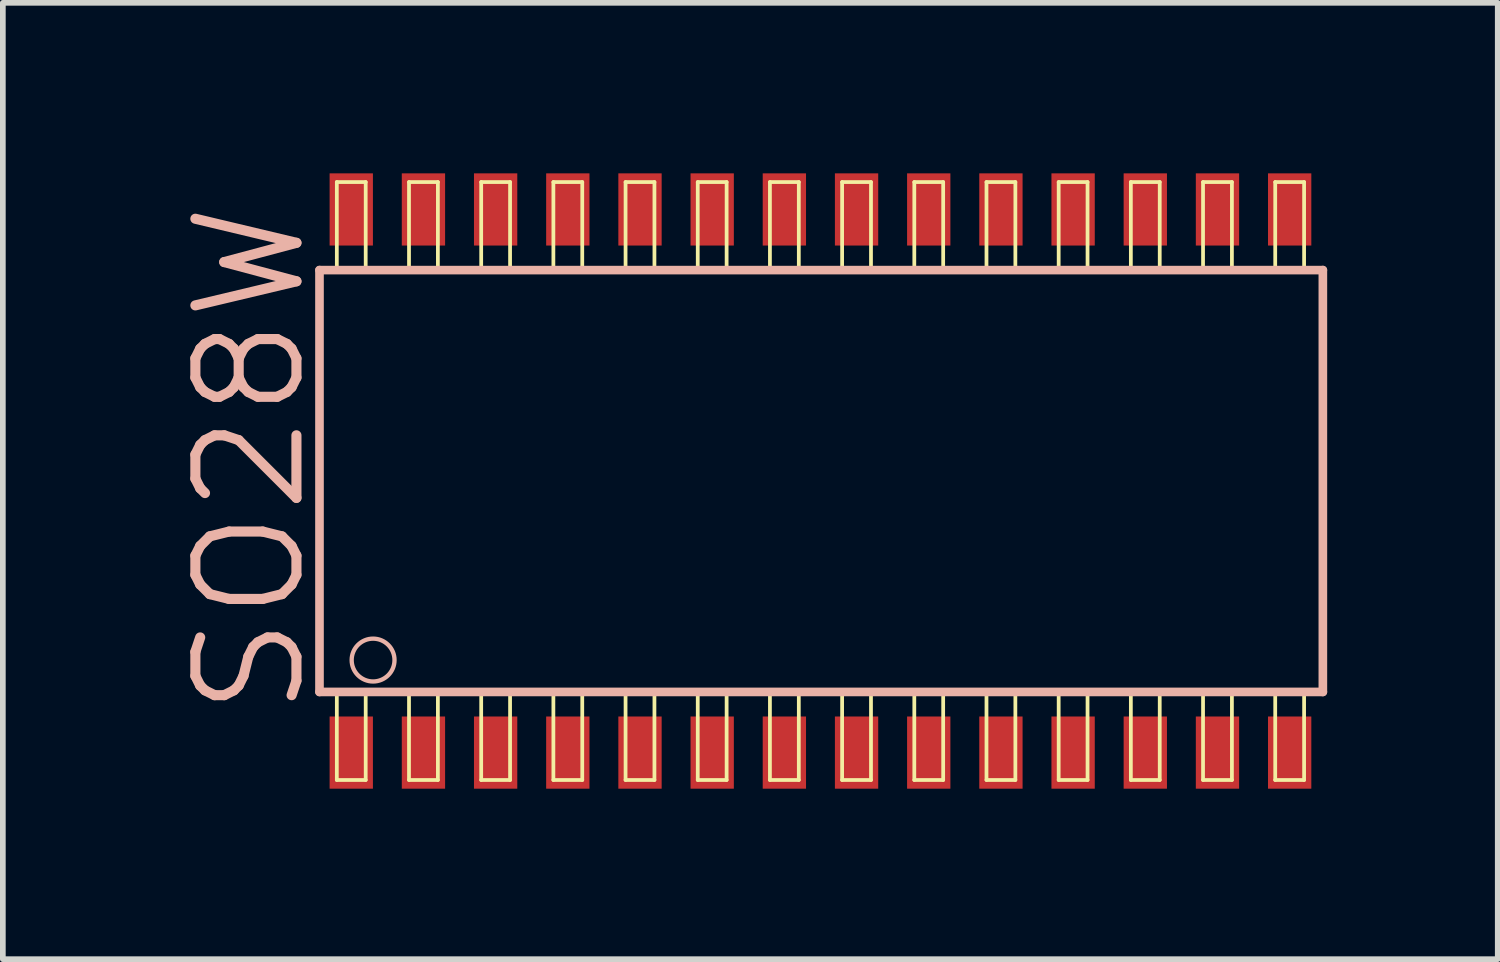
<source format=kicad_pcb>
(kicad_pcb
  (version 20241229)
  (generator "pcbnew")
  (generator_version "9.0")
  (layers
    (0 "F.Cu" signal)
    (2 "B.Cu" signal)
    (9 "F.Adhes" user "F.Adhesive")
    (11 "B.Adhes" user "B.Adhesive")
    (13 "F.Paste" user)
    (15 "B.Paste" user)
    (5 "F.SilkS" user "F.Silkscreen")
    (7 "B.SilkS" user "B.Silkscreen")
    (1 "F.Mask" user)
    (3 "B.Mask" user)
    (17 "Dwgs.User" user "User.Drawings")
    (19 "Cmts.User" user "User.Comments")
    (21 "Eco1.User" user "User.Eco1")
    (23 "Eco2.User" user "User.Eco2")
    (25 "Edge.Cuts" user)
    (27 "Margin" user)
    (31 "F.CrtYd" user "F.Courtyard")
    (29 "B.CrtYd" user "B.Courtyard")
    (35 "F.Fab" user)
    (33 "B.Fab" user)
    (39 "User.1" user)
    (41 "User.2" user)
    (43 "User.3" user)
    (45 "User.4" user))
  (footprint "SO28W"
    (layer "F.Cu")
    (at 10.75 5.413)
    (property "Reference" "SO28W" (at -9.398 -0.381 90) (layer "B.SilkS") (effects (font (size 1.778 1.778) (thickness 0.178))))
    (attr smd)
    (fp_line (start -7.874 -5.26) (end -7.366 -5.26) (stroke (width 0.066) (type solid)) (layer "F.SilkS"))
    (fp_line (start -7.874 -3.736) (end -7.874 -5.26) (stroke (width 0.066) (type solid)) (layer "F.SilkS"))
    (fp_line (start -7.874 -3.736) (end -7.366 -3.736) (stroke (width 0.066) (type solid)) (layer "F.SilkS"))
    (fp_line (start -7.874 3.736) (end -7.366 3.736) (stroke (width 0.066) (type solid)) (layer "F.SilkS"))
    (fp_line (start -7.874 5.26) (end -7.874 3.736) (stroke (width 0.066) (type solid)) (layer "F.SilkS"))
    (fp_line (start -7.874 5.26) (end -7.366 5.26) (stroke (width 0.066) (type solid)) (layer "F.SilkS"))
    (fp_line (start -7.366 -3.736) (end -7.366 -5.26) (stroke (width 0.066) (type solid)) (layer "F.SilkS"))
    (fp_line (start -7.366 5.26) (end -7.366 3.736) (stroke (width 0.066) (type solid)) (layer "F.SilkS"))
    (fp_line (start -6.604 -5.26) (end -6.096 -5.26) (stroke (width 0.066) (type solid)) (layer "F.SilkS"))
    (fp_line (start -6.604 -3.736) (end -6.604 -5.26) (stroke (width 0.066) (type solid)) (layer "F.SilkS"))
    (fp_line (start -6.604 -3.736) (end -6.096 -3.736) (stroke (width 0.066) (type solid)) (layer "F.SilkS"))
    (fp_line (start -6.604 3.736) (end -6.096 3.736) (stroke (width 0.066) (type solid)) (layer "F.SilkS"))
    (fp_line (start -6.604 5.26) (end -6.604 3.736) (stroke (width 0.066) (type solid)) (layer "F.SilkS"))
    (fp_line (start -6.604 5.26) (end -6.096 5.26) (stroke (width 0.066) (type solid)) (layer "F.SilkS"))
    (fp_line (start -6.096 -3.736) (end -6.096 -5.26) (stroke (width 0.066) (type solid)) (layer "F.SilkS"))
    (fp_line (start -6.096 5.26) (end -6.096 3.736) (stroke (width 0.066) (type solid)) (layer "F.SilkS"))
    (fp_line (start -5.334 -5.26) (end -4.826 -5.26) (stroke (width 0.066) (type solid)) (layer "F.SilkS"))
    (fp_line (start -5.334 -3.736) (end -5.334 -5.26) (stroke (width 0.066) (type solid)) (layer "F.SilkS"))
    (fp_line (start -5.334 -3.736) (end -4.826 -3.736) (stroke (width 0.066) (type solid)) (layer "F.SilkS"))
    (fp_line (start -5.334 3.736) (end -4.826 3.736) (stroke (width 0.066) (type solid)) (layer "F.SilkS"))
    (fp_line (start -5.334 5.26) (end -5.334 3.736) (stroke (width 0.066) (type solid)) (layer "F.SilkS"))
    (fp_line (start -5.334 5.26) (end -4.826 5.26) (stroke (width 0.066) (type solid)) (layer "F.SilkS"))
    (fp_line (start -4.826 -3.736) (end -4.826 -5.26) (stroke (width 0.066) (type solid)) (layer "F.SilkS"))
    (fp_line (start -4.826 5.26) (end -4.826 3.736) (stroke (width 0.066) (type solid)) (layer "F.SilkS"))
    (fp_line (start -4.064 -5.26) (end -3.556 -5.26) (stroke (width 0.066) (type solid)) (layer "F.SilkS"))
    (fp_line (start -4.064 -3.736) (end -4.064 -5.26) (stroke (width 0.066) (type solid)) (layer "F.SilkS"))
    (fp_line (start -4.064 -3.736) (end -3.556 -3.736) (stroke (width 0.066) (type solid)) (layer "F.SilkS"))
    (fp_line (start -4.064 3.736) (end -3.556 3.736) (stroke (width 0.066) (type solid)) (layer "F.SilkS"))
    (fp_line (start -4.064 5.26) (end -4.064 3.736) (stroke (width 0.066) (type solid)) (layer "F.SilkS"))
    (fp_line (start -4.064 5.26) (end -3.556 5.26) (stroke (width 0.066) (type solid)) (layer "F.SilkS"))
    (fp_line (start -3.556 -3.736) (end -3.556 -5.26) (stroke (width 0.066) (type solid)) (layer "F.SilkS"))
    (fp_line (start -3.556 5.26) (end -3.556 3.736) (stroke (width 0.066) (type solid)) (layer "F.SilkS"))
    (fp_line (start -2.794 -5.26) (end -2.286 -5.26) (stroke (width 0.066) (type solid)) (layer "F.SilkS"))
    (fp_line (start -2.794 -3.736) (end -2.794 -5.26) (stroke (width 0.066) (type solid)) (layer "F.SilkS"))
    (fp_line (start -2.794 -3.736) (end -2.286 -3.736) (stroke (width 0.066) (type solid)) (layer "F.SilkS"))
    (fp_line (start -2.794 3.736) (end -2.286 3.736) (stroke (width 0.066) (type solid)) (layer "F.SilkS"))
    (fp_line (start -2.794 5.26) (end -2.794 3.736) (stroke (width 0.066) (type solid)) (layer "F.SilkS"))
    (fp_line (start -2.794 5.26) (end -2.286 5.26) (stroke (width 0.066) (type solid)) (layer "F.SilkS"))
    (fp_line (start -2.286 -3.736) (end -2.286 -5.26) (stroke (width 0.066) (type solid)) (layer "F.SilkS"))
    (fp_line (start -2.286 5.26) (end -2.286 3.736) (stroke (width 0.066) (type solid)) (layer "F.SilkS"))
    (fp_line (start -1.524 -5.26) (end -1.016 -5.26) (stroke (width 0.066) (type solid)) (layer "F.SilkS"))
    (fp_line (start -1.524 -3.736) (end -1.524 -5.26) (stroke (width 0.066) (type solid)) (layer "F.SilkS"))
    (fp_line (start -1.524 -3.736) (end -1.016 -3.736) (stroke (width 0.066) (type solid)) (layer "F.SilkS"))
    (fp_line (start -1.524 3.736) (end -1.016 3.736) (stroke (width 0.066) (type solid)) (layer "F.SilkS"))
    (fp_line (start -1.524 5.26) (end -1.524 3.736) (stroke (width 0.066) (type solid)) (layer "F.SilkS"))
    (fp_line (start -1.524 5.26) (end -1.016 5.26) (stroke (width 0.066) (type solid)) (layer "F.SilkS"))
    (fp_line (start -1.016 -3.736) (end -1.016 -5.26) (stroke (width 0.066) (type solid)) (layer "F.SilkS"))
    (fp_line (start -1.016 5.26) (end -1.016 3.736) (stroke (width 0.066) (type solid)) (layer "F.SilkS"))
    (fp_line (start -0.254 -5.26) (end 0.254 -5.26) (stroke (width 0.066) (type solid)) (layer "F.SilkS"))
    (fp_line (start -0.254 -3.736) (end -0.254 -5.26) (stroke (width 0.066) (type solid)) (layer "F.SilkS"))
    (fp_line (start -0.254 -3.736) (end 0.254 -3.736) (stroke (width 0.066) (type solid)) (layer "F.SilkS"))
    (fp_line (start -0.254 3.736) (end 0.254 3.736) (stroke (width 0.066) (type solid)) (layer "F.SilkS"))
    (fp_line (start -0.254 5.26) (end -0.254 3.736) (stroke (width 0.066) (type solid)) (layer "F.SilkS"))
    (fp_line (start -0.254 5.26) (end 0.254 5.26) (stroke (width 0.066) (type solid)) (layer "F.SilkS"))
    (fp_line (start 0.254 -3.736) (end 0.254 -5.26) (stroke (width 0.066) (type solid)) (layer "F.SilkS"))
    (fp_line (start 0.254 5.26) (end 0.254 3.736) (stroke (width 0.066) (type solid)) (layer "F.SilkS"))
    (fp_line (start 1.016 -5.26) (end 1.524 -5.26) (stroke (width 0.066) (type solid)) (layer "F.SilkS"))
    (fp_line (start 1.016 -3.736) (end 1.016 -5.26) (stroke (width 0.066) (type solid)) (layer "F.SilkS"))
    (fp_line (start 1.016 -3.736) (end 1.524 -3.736) (stroke (width 0.066) (type solid)) (layer "F.SilkS"))
    (fp_line (start 1.016 3.736) (end 1.524 3.736) (stroke (width 0.066) (type solid)) (layer "F.SilkS"))
    (fp_line (start 1.016 5.26) (end 1.016 3.736) (stroke (width 0.066) (type solid)) (layer "F.SilkS"))
    (fp_line (start 1.016 5.26) (end 1.524 5.26) (stroke (width 0.066) (type solid)) (layer "F.SilkS"))
    (fp_line (start 1.524 -3.736) (end 1.524 -5.26) (stroke (width 0.066) (type solid)) (layer "F.SilkS"))
    (fp_line (start 1.524 5.26) (end 1.524 3.736) (stroke (width 0.066) (type solid)) (layer "F.SilkS"))
    (fp_line (start 2.286 -5.26) (end 2.794 -5.26) (stroke (width 0.066) (type solid)) (layer "F.SilkS"))
    (fp_line (start 2.286 -3.736) (end 2.286 -5.26) (stroke (width 0.066) (type solid)) (layer "F.SilkS"))
    (fp_line (start 2.286 -3.736) (end 2.794 -3.736) (stroke (width 0.066) (type solid)) (layer "F.SilkS"))
    (fp_line (start 2.286 3.736) (end 2.794 3.736) (stroke (width 0.066) (type solid)) (layer "F.SilkS"))
    (fp_line (start 2.286 5.26) (end 2.286 3.736) (stroke (width 0.066) (type solid)) (layer "F.SilkS"))
    (fp_line (start 2.286 5.26) (end 2.794 5.26) (stroke (width 0.066) (type solid)) (layer "F.SilkS"))
    (fp_line (start 2.794 -3.736) (end 2.794 -5.26) (stroke (width 0.066) (type solid)) (layer "F.SilkS"))
    (fp_line (start 2.794 5.26) (end 2.794 3.736) (stroke (width 0.066) (type solid)) (layer "F.SilkS"))
    (fp_line (start 3.556 -5.26) (end 4.064 -5.26) (stroke (width 0.066) (type solid)) (layer "F.SilkS"))
    (fp_line (start 3.556 -3.736) (end 3.556 -5.26) (stroke (width 0.066) (type solid)) (layer "F.SilkS"))
    (fp_line (start 3.556 -3.736) (end 4.064 -3.736) (stroke (width 0.066) (type solid)) (layer "F.SilkS"))
    (fp_line (start 3.556 3.736) (end 4.064 3.736) (stroke (width 0.066) (type solid)) (layer "F.SilkS"))
    (fp_line (start 3.556 5.26) (end 3.556 3.736) (stroke (width 0.066) (type solid)) (layer "F.SilkS"))
    (fp_line (start 3.556 5.26) (end 4.064 5.26) (stroke (width 0.066) (type solid)) (layer "F.SilkS"))
    (fp_line (start 4.064 -3.736) (end 4.064 -5.26) (stroke (width 0.066) (type solid)) (layer "F.SilkS"))
    (fp_line (start 4.064 5.26) (end 4.064 3.736) (stroke (width 0.066) (type solid)) (layer "F.SilkS"))
    (fp_line (start 4.826 -5.26) (end 5.334 -5.26) (stroke (width 0.066) (type solid)) (layer "F.SilkS"))
    (fp_line (start 4.826 -3.736) (end 4.826 -5.26) (stroke (width 0.066) (type solid)) (layer "F.SilkS"))
    (fp_line (start 4.826 -3.736) (end 5.334 -3.736) (stroke (width 0.066) (type solid)) (layer "F.SilkS"))
    (fp_line (start 4.826 3.736) (end 5.334 3.736) (stroke (width 0.066) (type solid)) (layer "F.SilkS"))
    (fp_line (start 4.826 5.26) (end 4.826 3.736) (stroke (width 0.066) (type solid)) (layer "F.SilkS"))
    (fp_line (start 4.826 5.26) (end 5.334 5.26) (stroke (width 0.066) (type solid)) (layer "F.SilkS"))
    (fp_line (start 5.334 -3.736) (end 5.334 -5.26) (stroke (width 0.066) (type solid)) (layer "F.SilkS"))
    (fp_line (start 5.334 5.26) (end 5.334 3.736) (stroke (width 0.066) (type solid)) (layer "F.SilkS"))
    (fp_line (start 6.096 -5.26) (end 6.604 -5.26) (stroke (width 0.066) (type solid)) (layer "F.SilkS"))
    (fp_line (start 6.096 -3.736) (end 6.096 -5.26) (stroke (width 0.066) (type solid)) (layer "F.SilkS"))
    (fp_line (start 6.096 -3.736) (end 6.604 -3.736) (stroke (width 0.066) (type solid)) (layer "F.SilkS"))
    (fp_line (start 6.096 3.736) (end 6.604 3.736) (stroke (width 0.066) (type solid)) (layer "F.SilkS"))
    (fp_line (start 6.096 5.26) (end 6.096 3.736) (stroke (width 0.066) (type solid)) (layer "F.SilkS"))
    (fp_line (start 6.096 5.26) (end 6.604 5.26) (stroke (width 0.066) (type solid)) (layer "F.SilkS"))
    (fp_line (start 6.604 -3.736) (end 6.604 -5.26) (stroke (width 0.066) (type solid)) (layer "F.SilkS"))
    (fp_line (start 6.604 5.26) (end 6.604 3.736) (stroke (width 0.066) (type solid)) (layer "F.SilkS"))
    (fp_line (start 7.366 -5.26) (end 7.874 -5.26) (stroke (width 0.066) (type solid)) (layer "F.SilkS"))
    (fp_line (start 7.366 -3.736) (end 7.366 -5.26) (stroke (width 0.066) (type solid)) (layer "F.SilkS"))
    (fp_line (start 7.366 -3.736) (end 7.874 -3.736) (stroke (width 0.066) (type solid)) (layer "F.SilkS"))
    (fp_line (start 7.366 3.736) (end 7.874 3.736) (stroke (width 0.066) (type solid)) (layer "F.SilkS"))
    (fp_line (start 7.366 5.26) (end 7.366 3.736) (stroke (width 0.066) (type solid)) (layer "F.SilkS"))
    (fp_line (start 7.366 5.26) (end 7.874 5.26) (stroke (width 0.066) (type solid)) (layer "F.SilkS"))
    (fp_line (start 7.874 -3.736) (end 7.874 -5.26) (stroke (width 0.066) (type solid)) (layer "F.SilkS"))
    (fp_line (start 7.874 5.26) (end 7.874 3.736) (stroke (width 0.066) (type solid)) (layer "F.SilkS"))
    (fp_line (start 8.636 -5.26) (end 9.144 -5.26) (stroke (width 0.066) (type solid)) (layer "F.SilkS"))
    (fp_line (start 8.636 -3.736) (end 8.636 -5.26) (stroke (width 0.066) (type solid)) (layer "F.SilkS"))
    (fp_line (start 8.636 -3.736) (end 9.144 -3.736) (stroke (width 0.066) (type solid)) (layer "F.SilkS"))
    (fp_line (start 8.636 3.736) (end 9.144 3.736) (stroke (width 0.066) (type solid)) (layer "F.SilkS"))
    (fp_line (start 8.636 5.26) (end 8.636 3.736) (stroke (width 0.066) (type solid)) (layer "F.SilkS"))
    (fp_line (start 8.636 5.26) (end 9.144 5.26) (stroke (width 0.066) (type solid)) (layer "F.SilkS"))
    (fp_line (start 9.144 -3.736) (end 9.144 -5.26) (stroke (width 0.066) (type solid)) (layer "F.SilkS"))
    (fp_line (start 9.144 5.26) (end 9.144 3.736) (stroke (width 0.066) (type solid)) (layer "F.SilkS"))
    (fp_line (start -8.179 -3.711) (end -8.179 3.711) (stroke (width 0.152) (type solid)) (layer "B.SilkS"))
    (fp_line (start -8.179 3.711) (end 9.474 3.711) (stroke (width 0.152) (type solid)) (layer "B.SilkS"))
    (fp_line (start 9.474 -3.711) (end -8.179 -3.711) (stroke (width 0.152) (type solid)) (layer "B.SilkS"))
    (fp_line (start 9.474 3.711) (end 9.474 -3.711) (stroke (width 0.152) (type solid)) (layer "B.SilkS"))
    (fp_circle (center -7.236 3.15) (end -7.503 3.416) (stroke (width 0.076) (type solid)) (fill no) (layer "B.SilkS"))
    (pad "1" smd rect (at -7.62 4.778) (size 0.762 1.27) (layers "F.Cu" "F.Mask" "F.Paste"))
    (pad "2" smd rect (at -6.35 4.778) (size 0.762 1.27) (layers "F.Cu" "F.Mask" "F.Paste"))
    (pad "3" smd rect (at -5.08 4.778) (size 0.762 1.27) (layers "F.Cu" "F.Mask" "F.Paste"))
    (pad "4" smd rect (at -3.81 4.778) (size 0.762 1.27) (layers "F.Cu" "F.Mask" "F.Paste"))
    (pad "5" smd rect (at -2.54 4.778) (size 0.762 1.27) (layers "F.Cu" "F.Mask" "F.Paste"))
    (pad "6" smd rect (at -1.27 4.778) (size 0.762 1.27) (layers "F.Cu" "F.Mask" "F.Paste"))
    (pad "7" smd rect (at 0 4.778) (size 0.762 1.27) (layers "F.Cu" "F.Mask" "F.Paste"))
    (pad "8" smd rect (at 1.27 4.778) (size 0.762 1.27) (layers "F.Cu" "F.Mask" "F.Paste"))
    (pad "9" smd rect (at 2.54 4.778) (size 0.762 1.27) (layers "F.Cu" "F.Mask" "F.Paste"))
    (pad "10" smd rect (at 3.81 4.778) (size 0.762 1.27) (layers "F.Cu" "F.Mask" "F.Paste"))
    (pad "11" smd rect (at 5.08 4.778) (size 0.762 1.27) (layers "F.Cu" "F.Mask" "F.Paste"))
    (pad "12" smd rect (at 6.35 4.778) (size 0.762 1.27) (layers "F.Cu" "F.Mask" "F.Paste"))
    (pad "13" smd rect (at 7.62 4.778) (size 0.762 1.27) (layers "F.Cu" "F.Mask" "F.Paste"))
    (pad "14" smd rect (at 8.89 4.778) (size 0.762 1.27) (layers "F.Cu" "F.Mask" "F.Paste"))
    (pad "15" smd rect (at 8.89 -4.778) (size 0.762 1.27) (layers "F.Cu" "F.Mask" "F.Paste"))
    (pad "16" smd rect (at 7.62 -4.778) (size 0.762 1.27) (layers "F.Cu" "F.Mask" "F.Paste"))
    (pad "17" smd rect (at 6.35 -4.778) (size 0.762 1.27) (layers "F.Cu" "F.Mask" "F.Paste"))
    (pad "18" smd rect (at 5.08 -4.778) (size 0.762 1.27) (layers "F.Cu" "F.Mask" "F.Paste"))
    (pad "19" smd rect (at 3.81 -4.778) (size 0.762 1.27) (layers "F.Cu" "F.Mask" "F.Paste"))
    (pad "20" smd rect (at 2.54 -4.778) (size 0.762 1.27) (layers "F.Cu" "F.Mask" "F.Paste"))
    (pad "21" smd rect (at 1.27 -4.778) (size 0.762 1.27) (layers "F.Cu" "F.Mask" "F.Paste"))
    (pad "22" smd rect (at 0 -4.778) (size 0.762 1.27) (layers "F.Cu" "F.Mask" "F.Paste"))
    (pad "23" smd rect (at -1.27 -4.778) (size 0.762 1.27) (layers "F.Cu" "F.Mask" "F.Paste"))
    (pad "24" smd rect (at -2.54 -4.778) (size 0.762 1.27) (layers "F.Cu" "F.Mask" "F.Paste"))
    (pad "25" smd rect (at -3.81 -4.778) (size 0.762 1.27) (layers "F.Cu" "F.Mask" "F.Paste"))
    (pad "26" smd rect (at -5.08 -4.778) (size 0.762 1.27) (layers "F.Cu" "F.Mask" "F.Paste"))
    (pad "27" smd rect (at -6.35 -4.778) (size 0.762 1.27) (layers "F.Cu" "F.Mask" "F.Paste"))
    (pad "28" smd rect (at -7.62 -4.778) (size 0.762 1.27) (layers "F.Cu" "F.Mask" "F.Paste")))
  (gr_rect
    (start -3 -3)
    (end 23.301 13.825)
    (stroke (width 0.1) (type default))
    (fill no)
    (layer "Edge.Cuts")))
</source>
